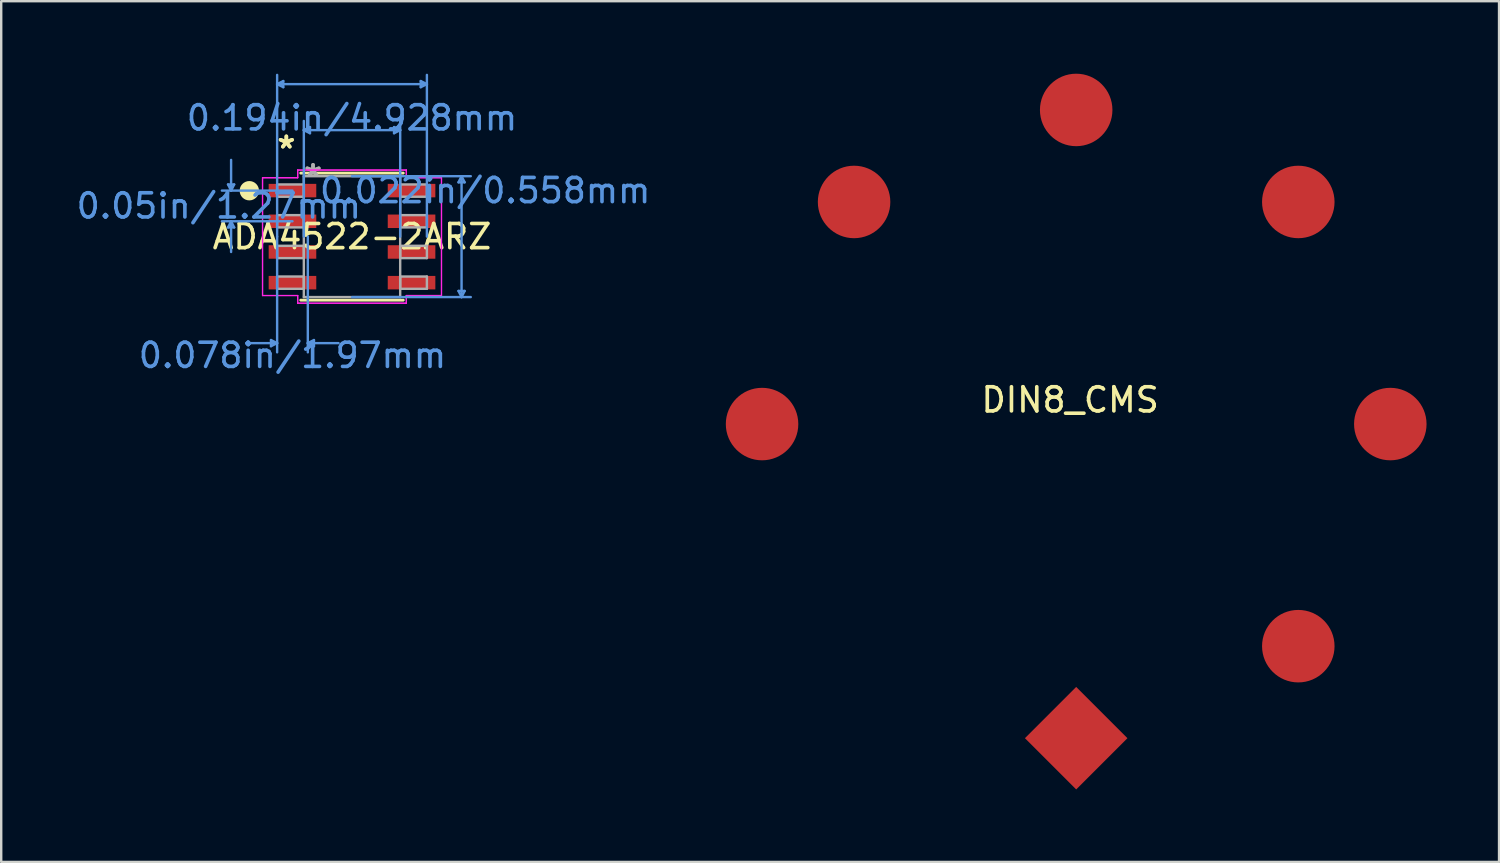
<source format=kicad_pcb>
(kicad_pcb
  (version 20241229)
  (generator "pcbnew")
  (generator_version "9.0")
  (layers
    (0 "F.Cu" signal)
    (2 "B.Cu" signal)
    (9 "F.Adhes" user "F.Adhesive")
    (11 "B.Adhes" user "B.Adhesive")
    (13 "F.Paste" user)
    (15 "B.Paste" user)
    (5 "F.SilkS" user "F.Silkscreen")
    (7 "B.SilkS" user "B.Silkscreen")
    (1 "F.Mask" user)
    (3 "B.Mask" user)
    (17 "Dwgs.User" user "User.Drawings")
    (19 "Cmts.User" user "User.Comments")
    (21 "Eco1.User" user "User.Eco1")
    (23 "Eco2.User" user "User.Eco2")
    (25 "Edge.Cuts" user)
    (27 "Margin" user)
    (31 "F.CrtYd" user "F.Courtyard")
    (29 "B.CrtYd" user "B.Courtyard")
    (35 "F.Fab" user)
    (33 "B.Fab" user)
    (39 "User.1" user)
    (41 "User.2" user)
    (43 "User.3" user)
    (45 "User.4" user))
  (footprint "DIN8_CMS"
    (layer "F.Cu")
    (at 41.488 14.5)
    (property "Reference" "DIN8_CMS" (at -0.25 -1 0) (layer "F.SilkS") (effects (font (size 1 1) (thickness 0.15))))
    (attr through_hole)
    (pad "1" smd circle (at -13 0 45) (size 3 3) (layers "F.Cu" "F.Mask" "F.Paste"))
    (pad "2" smd circle (at 0 -13 315) (size 3 3) (layers "F.Cu" "F.Mask" "F.Paste"))
    (pad "3" smd circle (at 13 0 225) (size 3 3) (layers "F.Cu" "F.Mask" "F.Paste"))
    (pad "4" smd circle (at -9.192 -9.192) (size 3 3) (layers "F.Cu" "F.Mask" "F.Paste"))
    (pad "5" smd circle (at 9.192 9.192 180) (size 3 3) (layers "F.Cu" "F.Mask" "F.Paste"))
    (pad "7" smd circle (at 9.192 -9.192 270) (size 3 3) (layers "F.Cu" "F.Mask" "F.Paste"))
    (pad "8" smd rect (at 0 13 135) (size 3 3) (layers "F.Cu" "F.Mask" "F.Paste")))
  (footprint "ADA4522-2ARZ"
    (layer "F.Cu")
    (at 11.518 6.743)
    (property "Reference" "ADA4522-2ARZ" (at 0 0 0) (layer "F.SilkS") (effects (font (size 1 1) (thickness 0.15))))
    (attr through_hole)
    (fp_line (start -2.121 2.629) (end 2.121 2.629) (stroke (width 0.12) (type solid)) (layer "F.SilkS"))
    (fp_line (start 2.121 -2.629) (end -2.121 -2.629) (stroke (width 0.12) (type solid)) (layer "F.SilkS"))
    (fp_circle (center -4.25 -1.9) (end -4.05 -1.9) (stroke (width 0.4) (type solid)) (fill no) (layer "F.SilkS"))
    (fp_line (start -5.131 -2.159) (end -4.877 -2.159) (stroke (width 0.1) (type solid)) (layer "Cmts.User"))
    (fp_line (start -5.131 -0.381) (end -4.877 -0.381) (stroke (width 0.1) (type solid)) (layer "Cmts.User"))
    (fp_line (start -5.004 -1.905) (end -5.131 -2.159) (stroke (width 0.1) (type solid)) (layer "Cmts.User"))
    (fp_line (start -5.004 -1.905) (end -5.004 -3.175) (stroke (width 0.1) (type solid)) (layer "Cmts.User"))
    (fp_line (start -5.004 -1.905) (end -4.877 -2.159) (stroke (width 0.1) (type solid)) (layer "Cmts.User"))
    (fp_line (start -5.004 -0.635) (end -5.131 -0.381) (stroke (width 0.1) (type solid)) (layer "Cmts.User"))
    (fp_line (start -5.004 -0.635) (end -5.004 0.635) (stroke (width 0.1) (type solid)) (layer "Cmts.User"))
    (fp_line (start -5.004 -0.635) (end -4.877 -0.381) (stroke (width 0.1) (type solid)) (layer "Cmts.User"))
    (fp_line (start -3.353 4.28) (end -3.353 4.534) (stroke (width 0.1) (type solid)) (layer "Cmts.User"))
    (fp_line (start -3.099 -6.312) (end -2.845 -6.439) (stroke (width 0.1) (type solid)) (layer "Cmts.User"))
    (fp_line (start -3.099 -6.312) (end -2.845 -6.185) (stroke (width 0.1) (type solid)) (layer "Cmts.User"))
    (fp_line (start -3.099 -6.312) (end 3.099 -6.312) (stroke (width 0.1) (type solid)) (layer "Cmts.User"))
    (fp_line (start -3.099 0) (end -3.099 -6.693) (stroke (width 0.1) (type solid)) (layer "Cmts.User"))
    (fp_line (start -3.099 0) (end -3.099 4.788) (stroke (width 0.1) (type solid)) (layer "Cmts.User"))
    (fp_line (start -3.099 4.407) (end -4.369 4.407) (stroke (width 0.1) (type solid)) (layer "Cmts.User"))
    (fp_line (start -3.099 4.407) (end -3.353 4.28) (stroke (width 0.1) (type solid)) (layer "Cmts.User"))
    (fp_line (start -3.099 4.407) (end -3.353 4.534) (stroke (width 0.1) (type solid)) (layer "Cmts.User"))
    (fp_line (start -2.845 -6.439) (end -2.845 -6.185) (stroke (width 0.1) (type solid)) (layer "Cmts.User"))
    (fp_line (start -2.464 -1.905) (end -5.385 -1.905) (stroke (width 0.1) (type solid)) (layer "Cmts.User"))
    (fp_line (start -2.464 -0.635) (end -5.385 -0.635) (stroke (width 0.1) (type solid)) (layer "Cmts.User"))
    (fp_line (start -1.994 -4.407) (end -1.74 -4.534) (stroke (width 0.1) (type solid)) (layer "Cmts.User"))
    (fp_line (start -1.994 -4.407) (end -1.74 -4.28) (stroke (width 0.1) (type solid)) (layer "Cmts.User"))
    (fp_line (start -1.994 -4.407) (end 1.994 -4.407) (stroke (width 0.1) (type solid)) (layer "Cmts.User"))
    (fp_line (start -1.994 0) (end -1.994 -4.788) (stroke (width 0.1) (type solid)) (layer "Cmts.User"))
    (fp_line (start -1.829 0) (end -1.829 4.788) (stroke (width 0.1) (type solid)) (layer "Cmts.User"))
    (fp_line (start -1.829 4.407) (end -1.575 4.28) (stroke (width 0.1) (type solid)) (layer "Cmts.User"))
    (fp_line (start -1.829 4.407) (end -1.575 4.534) (stroke (width 0.1) (type solid)) (layer "Cmts.User"))
    (fp_line (start -1.829 4.407) (end -0.559 4.407) (stroke (width 0.1) (type solid)) (layer "Cmts.User"))
    (fp_line (start -1.74 -4.534) (end -1.74 -4.28) (stroke (width 0.1) (type solid)) (layer "Cmts.User"))
    (fp_line (start -1.575 4.28) (end -1.575 4.534) (stroke (width 0.1) (type solid)) (layer "Cmts.User"))
    (fp_line (start 0 -2.502) (end 4.915 -2.502) (stroke (width 0.1) (type solid)) (layer "Cmts.User"))
    (fp_line (start 0 2.502) (end 4.915 2.502) (stroke (width 0.1) (type solid)) (layer "Cmts.User"))
    (fp_line (start 1.74 -4.534) (end 1.74 -4.28) (stroke (width 0.1) (type solid)) (layer "Cmts.User"))
    (fp_line (start 1.994 -4.407) (end 1.74 -4.534) (stroke (width 0.1) (type solid)) (layer "Cmts.User"))
    (fp_line (start 1.994 -4.407) (end 1.74 -4.28) (stroke (width 0.1) (type solid)) (layer "Cmts.User"))
    (fp_line (start 1.994 0) (end 1.994 -4.788) (stroke (width 0.1) (type solid)) (layer "Cmts.User"))
    (fp_line (start 2.845 -6.439) (end 2.845 -6.185) (stroke (width 0.1) (type solid)) (layer "Cmts.User"))
    (fp_line (start 3.099 -6.312) (end 2.845 -6.439) (stroke (width 0.1) (type solid)) (layer "Cmts.User"))
    (fp_line (start 3.099 -6.312) (end 2.845 -6.185) (stroke (width 0.1) (type solid)) (layer "Cmts.User"))
    (fp_line (start 3.099 0) (end 3.099 -6.693) (stroke (width 0.1) (type solid)) (layer "Cmts.User"))
    (fp_line (start 4.407 -2.248) (end 4.661 -2.248) (stroke (width 0.1) (type solid)) (layer "Cmts.User"))
    (fp_line (start 4.407 2.248) (end 4.661 2.248) (stroke (width 0.1) (type solid)) (layer "Cmts.User"))
    (fp_line (start 4.534 -2.502) (end 4.407 -2.248) (stroke (width 0.1) (type solid)) (layer "Cmts.User"))
    (fp_line (start 4.534 -2.502) (end 4.534 2.502) (stroke (width 0.1) (type solid)) (layer "Cmts.User"))
    (fp_line (start 4.534 -2.502) (end 4.661 -2.248) (stroke (width 0.1) (type solid)) (layer "Cmts.User"))
    (fp_line (start 4.534 2.502) (end 4.407 2.248) (stroke (width 0.1) (type solid)) (layer "Cmts.User"))
    (fp_line (start 4.534 2.502) (end 4.661 2.248) (stroke (width 0.1) (type solid)) (layer "Cmts.User"))
    (fp_line (start -3.703 -2.438) (end -2.248 -2.438) (stroke (width 0.05) (type solid)) (layer "F.CrtYd"))
    (fp_line (start -3.703 -2.438) (end -2.248 -2.438) (stroke (width 0.05) (type solid)) (layer "F.CrtYd"))
    (fp_line (start -3.703 2.438) (end -3.703 -2.438) (stroke (width 0.05) (type solid)) (layer "F.CrtYd"))
    (fp_line (start -3.703 2.438) (end -3.703 -2.438) (stroke (width 0.05) (type solid)) (layer "F.CrtYd"))
    (fp_line (start -3.703 2.438) (end -2.248 2.438) (stroke (width 0.05) (type solid)) (layer "F.CrtYd"))
    (fp_line (start -2.248 -2.756) (end 2.248 -2.756) (stroke (width 0.05) (type solid)) (layer "F.CrtYd"))
    (fp_line (start -2.248 -2.756) (end 2.248 -2.756) (stroke (width 0.05) (type solid)) (layer "F.CrtYd"))
    (fp_line (start -2.248 -2.438) (end -2.248 -2.756) (stroke (width 0.05) (type solid)) (layer "F.CrtYd"))
    (fp_line (start -2.248 -2.438) (end -2.248 -2.756) (stroke (width 0.05) (type solid)) (layer "F.CrtYd"))
    (fp_line (start -2.248 2.438) (end -3.703 2.438) (stroke (width 0.05) (type solid)) (layer "F.CrtYd"))
    (fp_line (start -2.248 2.756) (end -2.248 2.438) (stroke (width 0.05) (type solid)) (layer "F.CrtYd"))
    (fp_line (start -2.248 2.756) (end -2.248 2.438) (stroke (width 0.05) (type solid)) (layer "F.CrtYd"))
    (fp_line (start 2.248 -2.756) (end 2.248 -2.438) (stroke (width 0.05) (type solid)) (layer "F.CrtYd"))
    (fp_line (start 2.248 -2.756) (end 2.248 -2.438) (stroke (width 0.05) (type solid)) (layer "F.CrtYd"))
    (fp_line (start 2.248 -2.438) (end 3.703 -2.438) (stroke (width 0.05) (type solid)) (layer "F.CrtYd"))
    (fp_line (start 2.248 2.438) (end 2.248 2.756) (stroke (width 0.05) (type solid)) (layer "F.CrtYd"))
    (fp_line (start 2.248 2.438) (end 2.248 2.756) (stroke (width 0.05) (type solid)) (layer "F.CrtYd"))
    (fp_line (start 2.248 2.756) (end -2.248 2.756) (stroke (width 0.05) (type solid)) (layer "F.CrtYd"))
    (fp_line (start 2.248 2.756) (end -2.248 2.756) (stroke (width 0.05) (type solid)) (layer "F.CrtYd"))
    (fp_line (start 3.703 -2.438) (end 2.248 -2.438) (stroke (width 0.05) (type solid)) (layer "F.CrtYd"))
    (fp_line (start 3.703 -2.438) (end 3.703 2.438) (stroke (width 0.05) (type solid)) (layer "F.CrtYd"))
    (fp_line (start 3.703 -2.438) (end 3.703 2.438) (stroke (width 0.05) (type solid)) (layer "F.CrtYd"))
    (fp_line (start 3.703 2.438) (end 2.248 2.438) (stroke (width 0.05) (type solid)) (layer "F.CrtYd"))
    (fp_line (start 3.703 2.438) (end 2.248 2.438) (stroke (width 0.05) (type solid)) (layer "F.CrtYd"))
    (fp_line (start -3.099 -2.159) (end -3.099 -1.651) (stroke (width 0.1) (type solid)) (layer "F.Fab"))
    (fp_line (start -3.099 -1.651) (end -1.994 -1.651) (stroke (width 0.1) (type solid)) (layer "F.Fab"))
    (fp_line (start -3.099 -0.889) (end -3.099 -0.381) (stroke (width 0.1) (type solid)) (layer "F.Fab"))
    (fp_line (start -3.099 -0.381) (end -1.994 -0.381) (stroke (width 0.1) (type solid)) (layer "F.Fab"))
    (fp_line (start -3.099 0.381) (end -3.099 0.889) (stroke (width 0.1) (type solid)) (layer "F.Fab"))
    (fp_line (start -3.099 0.889) (end -1.994 0.889) (stroke (width 0.1) (type solid)) (layer "F.Fab"))
    (fp_line (start -3.099 1.651) (end -3.099 2.159) (stroke (width 0.1) (type solid)) (layer "F.Fab"))
    (fp_line (start -3.099 2.159) (end -1.994 2.159) (stroke (width 0.1) (type solid)) (layer "F.Fab"))
    (fp_line (start -1.994 -2.502) (end -1.994 2.502) (stroke (width 0.1) (type solid)) (layer "F.Fab"))
    (fp_line (start -1.994 -2.159) (end -3.099 -2.159) (stroke (width 0.1) (type solid)) (layer "F.Fab"))
    (fp_line (start -1.994 -1.651) (end -1.994 -2.159) (stroke (width 0.1) (type solid)) (layer "F.Fab"))
    (fp_line (start -1.994 -0.889) (end -3.099 -0.889) (stroke (width 0.1) (type solid)) (layer "F.Fab"))
    (fp_line (start -1.994 -0.381) (end -1.994 -0.889) (stroke (width 0.1) (type solid)) (layer "F.Fab"))
    (fp_line (start -1.994 0.381) (end -3.099 0.381) (stroke (width 0.1) (type solid)) (layer "F.Fab"))
    (fp_line (start -1.994 0.889) (end -1.994 0.381) (stroke (width 0.1) (type solid)) (layer "F.Fab"))
    (fp_line (start -1.994 1.651) (end -3.099 1.651) (stroke (width 0.1) (type solid)) (layer "F.Fab"))
    (fp_line (start -1.994 2.159) (end -1.994 1.651) (stroke (width 0.1) (type solid)) (layer "F.Fab"))
    (fp_line (start -1.994 2.502) (end 1.994 2.502) (stroke (width 0.1) (type solid)) (layer "F.Fab"))
    (fp_line (start 1.994 -2.502) (end -1.994 -2.502) (stroke (width 0.1) (type solid)) (layer "F.Fab"))
    (fp_line (start 1.994 -2.159) (end 1.994 -1.651) (stroke (width 0.1) (type solid)) (layer "F.Fab"))
    (fp_line (start 1.994 -1.651) (end 3.099 -1.651) (stroke (width 0.1) (type solid)) (layer "F.Fab"))
    (fp_line (start 1.994 -0.889) (end 1.994 -0.381) (stroke (width 0.1) (type solid)) (layer "F.Fab"))
    (fp_line (start 1.994 -0.381) (end 3.099 -0.381) (stroke (width 0.1) (type solid)) (layer "F.Fab"))
    (fp_line (start 1.994 0.381) (end 1.994 0.889) (stroke (width 0.1) (type solid)) (layer "F.Fab"))
    (fp_line (start 1.994 0.889) (end 3.099 0.889) (stroke (width 0.1) (type solid)) (layer "F.Fab"))
    (fp_line (start 1.994 1.651) (end 1.994 2.159) (stroke (width 0.1) (type solid)) (layer "F.Fab"))
    (fp_line (start 1.994 2.159) (end 3.099 2.159) (stroke (width 0.1) (type solid)) (layer "F.Fab"))
    (fp_line (start 1.994 2.502) (end 1.994 -2.502) (stroke (width 0.1) (type solid)) (layer "F.Fab"))
    (fp_line (start 3.099 -2.159) (end 1.994 -2.159) (stroke (width 0.1) (type solid)) (layer "F.Fab"))
    (fp_line (start 3.099 -1.651) (end 3.099 -2.159) (stroke (width 0.1) (type solid)) (layer "F.Fab"))
    (fp_line (start 3.099 -0.889) (end 1.994 -0.889) (stroke (width 0.1) (type solid)) (layer "F.Fab"))
    (fp_line (start 3.099 -0.381) (end 3.099 -0.889) (stroke (width 0.1) (type solid)) (layer "F.Fab"))
    (fp_line (start 3.099 0.381) (end 1.994 0.381) (stroke (width 0.1) (type solid)) (layer "F.Fab"))
    (fp_line (start 3.099 0.889) (end 3.099 0.381) (stroke (width 0.1) (type solid)) (layer "F.Fab"))
    (fp_line (start 3.099 1.651) (end 1.994 1.651) (stroke (width 0.1) (type solid)) (layer "F.Fab"))
    (fp_line (start 3.099 2.159) (end 3.099 1.651) (stroke (width 0.1) (type solid)) (layer "F.Fab"))
    (fp_text user "*" (at -2.718 -3.606 0) (layer "F.SilkS") (effects (font (size 1 1) (thickness 0.15))))
    (fp_text user "*" (at -2.718 -3.606 0) (layer "F.SilkS") (effects (font (size 1 1) (thickness 0.15))))
    (fp_text user "0.05in/1.27mm" (at -5.512 -1.27 0) (layer "Cmts.User") (effects (font (size 1 1) (thickness 0.15))))
    (fp_text user "0.022in/0.558mm" (at 5.512 -1.905 0) (layer "Cmts.User") (effects (font (size 1 1) (thickness 0.15))))
    (fp_text user "0.194in/4.928mm" (at 0 -4.915 0) (layer "Cmts.User") (effects (font (size 1 1) (thickness 0.15))))
    (fp_text user "0.078in/1.97mm" (at -2.464 4.915 0) (layer "Cmts.User") (effects (font (size 1 1) (thickness 0.15))))
    (fp_text user "Copyright 2021 Accelerated Designs. All rights reserved." (at 0 0 0) (layer "Cmts.User") (effects (font (size 0.127 0.127) (thickness 0.002))))
    (fp_text user "*" (at -1.613 -2.426 0) (layer "F.Fab") (effects (font (size 1 1) (thickness 0.15))))
    (fp_text user "*" (at -1.613 -2.426 0) (layer "F.Fab") (effects (font (size 1 1) (thickness 0.15))))
    (pad "1" smd rect (at -2.464 -1.905) (size 1.97 0.558) (layers "F.Cu" "F.Mask" "F.Paste"))
    (pad "2" smd rect (at -2.464 -0.635) (size 1.97 0.558) (layers "F.Cu" "F.Mask" "F.Paste"))
    (pad "3" smd rect (at -2.464 0.635) (size 1.97 0.558) (layers "F.Cu" "F.Mask" "F.Paste"))
    (pad "4" smd rect (at -2.464 1.905) (size 1.97 0.558) (layers "F.Cu" "F.Mask" "F.Paste"))
    (pad "5" smd rect (at 2.464 1.905) (size 1.97 0.558) (layers "F.Cu" "F.Mask" "F.Paste"))
    (pad "6" smd rect (at 2.464 0.635) (size 1.97 0.558) (layers "F.Cu" "F.Mask" "F.Paste"))
    (pad "7" smd rect (at 2.464 -0.635) (size 1.97 0.558) (layers "F.Cu" "F.Mask" "F.Paste"))
    (pad "8" smd rect (at 2.464 -1.905) (size 1.97 0.558) (layers "F.Cu" "F.Mask" "F.Paste")))
  (gr_rect
    (start -3 -3)
    (end 58.988 32.621)
    (stroke (width 0.1) (type default))
    (fill no)
    (layer "Edge.Cuts")))
</source>
